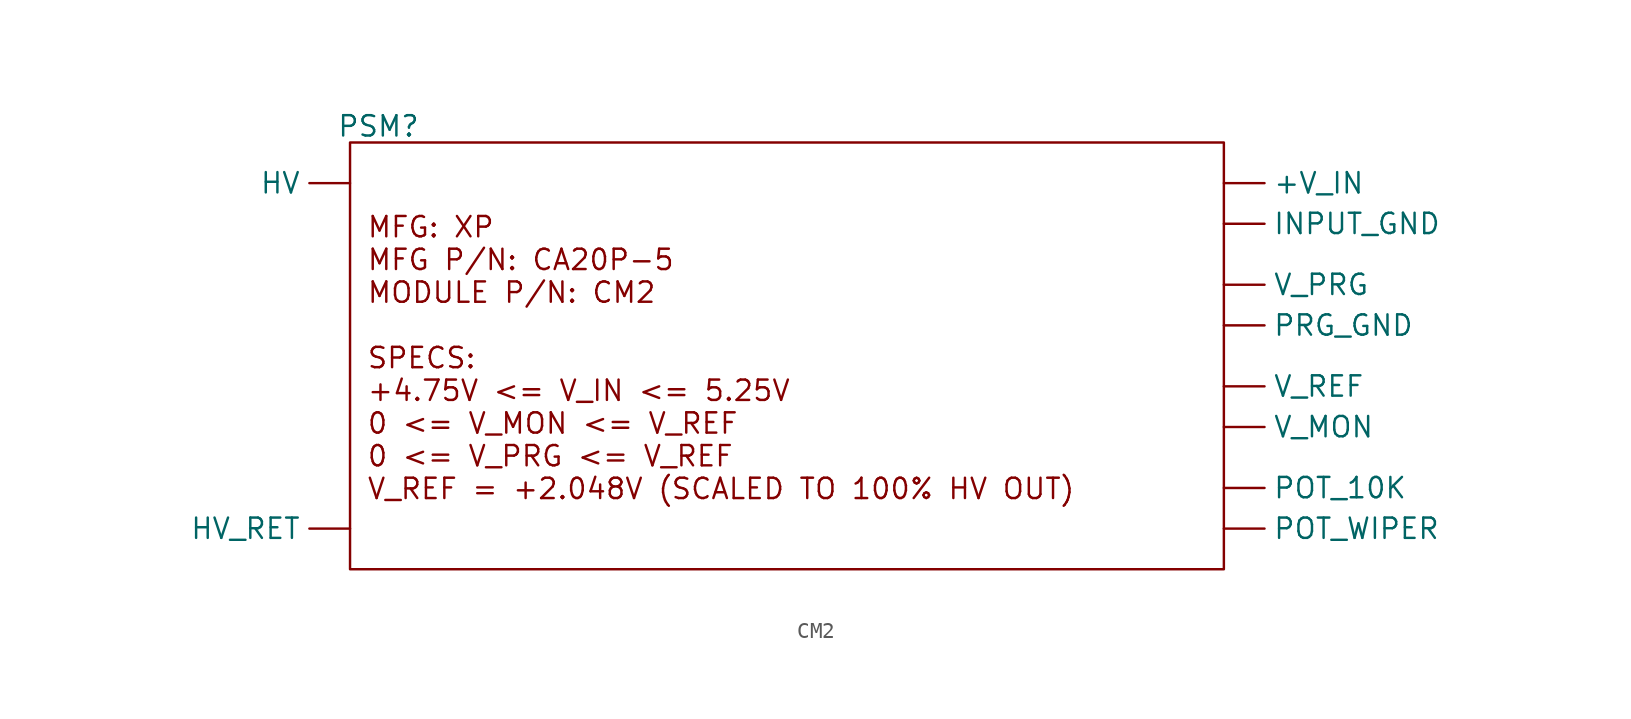
<source format=kicad_sym>
(kicad_symbol_lib
  (version 20231120)
  (generator "kicad_symbol_editor")
  (generator_version "8.0")
  (symbol "CM2"
    (property "Reference" "PSM"
      (at 1.778 1.016 0)
      (effects (font (size 1.27 1.27))))
    (property "Value" ""
      (at 54.61 1.27 0)
      (effects (font (size 1.27 1.27))))
    (symbol "CM2_1_1"
      (rectangle (start 0 0) (end 54.61 -26.67) (stroke (width 0) (type default)) (fill (type none)))
      (text "MFG: XP \nMFG P/N: CA20P-5\nMODULE P/N: CM2\n\nSPECS:\n+4.75V <= V_IN <= 5.25V\n0 <= V_MON <= V_REF\n0 <= V_PRG <= V_REF\nV_REF = +2.048V (SCALED TO 100% HV OUT)" (at 1.016 -13.462 0) (effects (font (size 1.27 1.27)) (justify left)))
      (pin input line (at 54.61 -2.54 0) (length 2.54) (name "+V_IN" (effects (font (size 1.27 1.27)))) (number "" (effects (font (size 1.27 1.27)))))
      (pin input line (at 0 -2.54 180) (length 2.54) (name "HV" (effects (font (size 1.27 1.27)))) (number "" (effects (font (size 1.27 1.27)))))
      (pin passive line (at 0 -24.13 180) (length 2.54) (name "HV_RET" (effects (font (size 1.27 1.27)))) (number "" (effects (font (size 1.27 1.27)))))
      (pin passive line (at 54.61 -5.08 0) (length 2.54) (name "INPUT_GND" (effects (font (size 1.27 1.27)))) (number "" (effects (font (size 1.27 1.27)))))
      (pin passive line (at 54.61 -21.59 0) (length 2.54) (name "POT_10K" (effects (font (size 1.27 1.27)))) (number "" (effects (font (size 1.27 1.27)))))
      (pin passive line (at 54.61 -24.13 0) (length 2.54) (name "POT_WIPER" (effects (font (size 1.27 1.27)))) (number "" (effects (font (size 1.27 1.27)))))
      (pin passive line (at 54.61 -11.43 0) (length 2.54) (name "PRG_GND" (effects (font (size 1.27 1.27)))) (number "" (effects (font (size 1.27 1.27)))))
      (pin output line (at 54.61 -17.78 0) (length 2.54) (name "V_MON" (effects (font (size 1.27 1.27)))) (number "" (effects (font (size 1.27 1.27)))))
      (pin input line (at 54.61 -8.89 0) (length 2.54) (name "V_PRG" (effects (font (size 1.27 1.27)))) (number "" (effects (font (size 1.27 1.27)))))
      (pin output line (at 54.61 -15.24 0) (length 2.54) (name "V_REF" (effects (font (size 1.27 1.27)))) (number "" (effects (font (size 1.27 1.27))))))))
</source>
